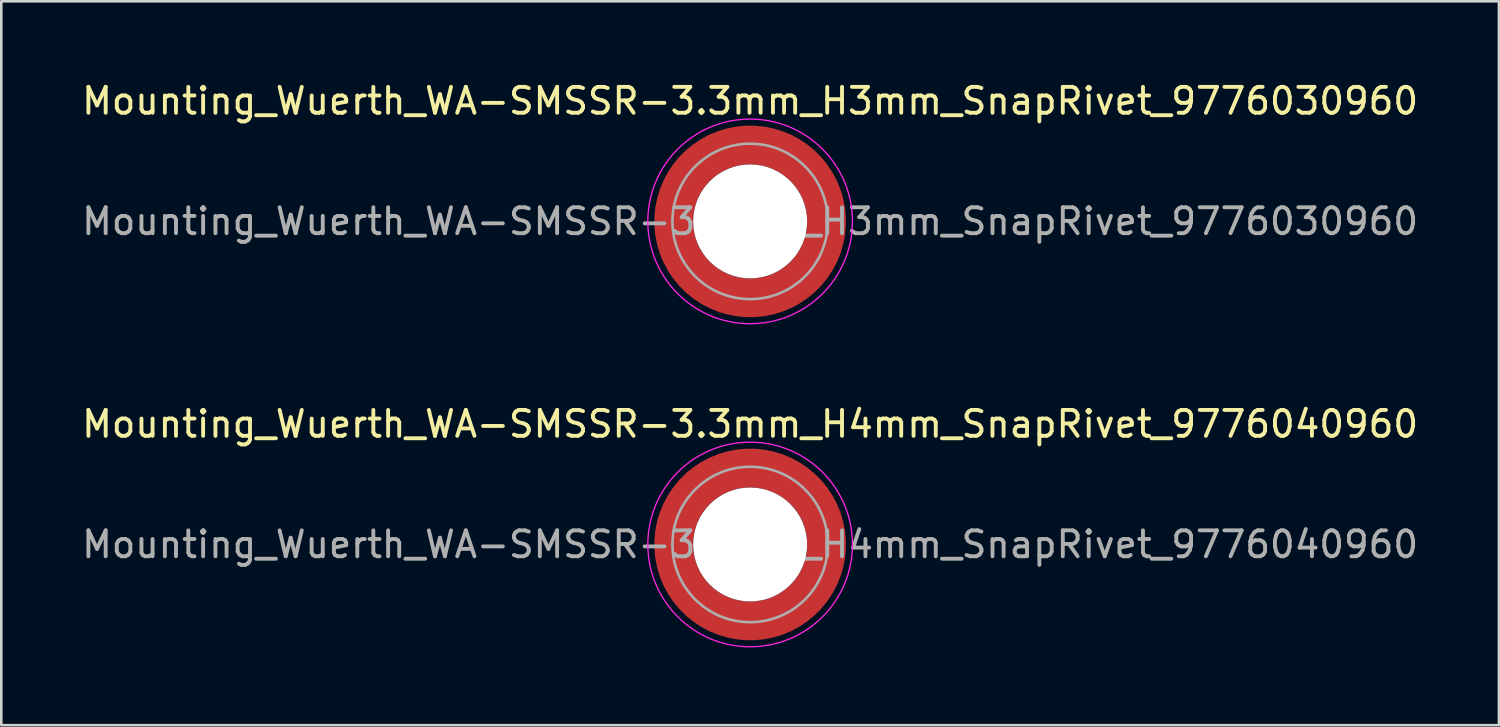
<source format=kicad_pcb>
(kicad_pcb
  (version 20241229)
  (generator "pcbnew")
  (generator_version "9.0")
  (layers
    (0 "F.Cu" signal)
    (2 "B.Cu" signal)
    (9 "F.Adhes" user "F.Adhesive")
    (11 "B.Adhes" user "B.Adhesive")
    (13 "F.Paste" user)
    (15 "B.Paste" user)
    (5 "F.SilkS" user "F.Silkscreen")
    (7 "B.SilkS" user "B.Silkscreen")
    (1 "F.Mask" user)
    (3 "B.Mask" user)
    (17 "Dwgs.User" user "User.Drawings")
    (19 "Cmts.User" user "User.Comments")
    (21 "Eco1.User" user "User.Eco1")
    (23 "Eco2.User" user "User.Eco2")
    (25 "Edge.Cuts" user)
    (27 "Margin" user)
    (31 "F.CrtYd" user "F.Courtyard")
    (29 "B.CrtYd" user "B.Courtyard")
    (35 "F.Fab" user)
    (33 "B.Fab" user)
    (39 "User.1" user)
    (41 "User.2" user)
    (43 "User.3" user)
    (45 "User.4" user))
  (footprint "Mounting_Wuerth_WA-SMSSR-3.3mm_H3mm_SnapRivet_9776030960"
    (layer "F.Cu")
    (at 25.911 5.498)
    (property "Reference" "Mounting_Wuerth_WA-SMSSR-3.3mm_H3mm_SnapRivet_9776030960" (at 0 -4.65 0) (layer "F.SilkS") (effects (font (size 1 1) (thickness 0.15))))
    (attr smd)
    (fp_circle (center 0 0) (end 3.95 0) (stroke (width 0.05) (type solid)) (fill no) (layer "F.CrtYd"))
    (fp_circle (center 0 0) (end 3 0) (stroke (width 0.1) (type solid)) (fill no) (layer "F.Fab"))
    (fp_text user "${REFERENCE}" (at 0 0 0) (layer "F.Fab") (effects (font (size 1 1) (thickness 0.15))))
    (pad "" smd custom (at -2.077 -2.077) (size 0.995 0.995) (layers "F.Paste") (options (anchor circle)) (primitives (gr_arc (start -0.208831 1.577126) (mid 0.422144 0.422848) (end 1.576154 -0.208618) (width 0.2)) (gr_arc (start -0.310669 1.577126) (mid 0.35138 0.35278) (end 1.575188 -0.310262) (width 0.2)) (gr_arc (start -0.412325 1.577126) (mid 0.280305 0.283024) (end 1.573357 -0.411565) (width 0.2)) (gr_arc (start -0.51382 1.577126) (mid 0.210358 0.212139) (end 1.574653 -0.513342) (width 0.2)) (gr_arc (start -0.615172 1.577126) (mid 0.139846 0.141818) (end 1.574384 -0.614661) (width 0.2)) (gr_arc (start -0.716397 1.577126) (mid 0.070334 0.070498) (end 1.576898 -0.716356) (width 0.2)) (gr_arc (start -0.817508 1.577126) (mid -0.001805 0.001807) (end 1.572094 -0.816633) (width 0.2)) (gr_arc (start -0.918517 1.577126) (mid -0.071322 -0.06951) (end 1.574599 -0.918094) (width 0.2)) (gr_arc (start -1.019433 1.577126) (mid -0.141902 -0.139762) (end 1.574138 -1.018949) (width 0.2)) (gr_arc (start -1.120266 1.577126) (mid -0.211736 -0.210761) (end 1.575763 -1.120053) (width 0.2)) (gr_arc (start -1.221022 1.577126) (mid -0.282882 -0.280446) (end 1.57372 -1.220505) (width 0.2)) (gr_arc (start -1.32171 1.577126) (mid -0.353407 -0.350753) (end 1.573414 -1.321162) (width 0.2)) (gr_arc (start -1.422335 1.577126) (mid -0.423311 -0.421682) (end 1.574846 -1.422009) (width 0.2)) (gr_line (start 1.577 -0.209) (end 1.577 -1.422) (width 0.2)) (gr_line (start -0.209 1.577) (end -1.422 1.577) (width 0.2))))
    (pad "" smd custom (at -2.077 2.077) (size 0.995 0.995) (layers "F.Paste") (options (anchor circle)) (primitives (gr_arc (start 1.577126 0.208831) (mid 0.422848 -0.422144) (end -0.208618 -1.576154) (width 0.2)) (gr_arc (start 1.577126 0.310669) (mid 0.35278 -0.35138) (end -0.310262 -1.575188) (width 0.2)) (gr_arc (start 1.577126 0.412325) (mid 0.283024 -0.280305) (end -0.411565 -1.573357) (width 0.2)) (gr_arc (start 1.577126 0.51382) (mid 0.212139 -0.210358) (end -0.513342 -1.574653) (width 0.2)) (gr_arc (start 1.577126 0.615172) (mid 0.141818 -0.139846) (end -0.614661 -1.574384) (width 0.2)) (gr_arc (start 1.577126 0.716397) (mid 0.070498 -0.070334) (end -0.716356 -1.576898) (width 0.2)) (gr_arc (start 1.577126 0.817508) (mid 0.001807 0.001805) (end -0.816633 -1.572094) (width 0.2)) (gr_arc (start 1.577126 0.918517) (mid -0.06951 0.071322) (end -0.918094 -1.574599) (width 0.2)) (gr_arc (start 1.577126 1.019433) (mid -0.139762 0.141902) (end -1.018949 -1.574138) (width 0.2)) (gr_arc (start 1.577126 1.120266) (mid -0.210761 0.211736) (end -1.120053 -1.575763) (width 0.2)) (gr_arc (start 1.577126 1.221022) (mid -0.280446 0.282882) (end -1.220505 -1.57372) (width 0.2)) (gr_arc (start 1.577126 1.32171) (mid -0.350753 0.353407) (end -1.321162 -1.573414) (width 0.2)) (gr_arc (start 1.577126 1.422335) (mid -0.421682 0.423311) (end -1.422009 -1.574846) (width 0.2)) (gr_line (start -0.209 -1.577) (end -1.422 -1.577) (width 0.2)) (gr_line (start 1.577 0.209) (end 1.577 1.422) (width 0.2))))
    (pad "" np_thru_hole circle (at 0 0) (size 4.4 4.4) (drill 4.4) (layers "*.Cu" "*.Mask"))
    (pad "" smd custom (at 2.077 -2.077) (size 0.995 0.995) (layers "F.Paste") (options (anchor circle)) (primitives (gr_arc (start -1.577126 -0.208831) (mid -0.422848 0.422144) (end 0.208618 1.576154) (width 0.2)) (gr_arc (start -1.577126 -0.310669) (mid -0.35278 0.35138) (end 0.310262 1.575188) (width 0.2)) (gr_arc (start -1.577126 -0.412325) (mid -0.283024 0.280305) (end 0.411565 1.573357) (width 0.2)) (gr_arc (start -1.577126 -0.51382) (mid -0.212139 0.210358) (end 0.513342 1.574653) (width 0.2)) (gr_arc (start -1.577126 -0.615172) (mid -0.141818 0.139846) (end 0.614661 1.574384) (width 0.2)) (gr_arc (start -1.577126 -0.716397) (mid -0.070498 0.070334) (end 0.716356 1.576898) (width 0.2)) (gr_arc (start -1.577126 -0.817508) (mid -0.001807 -0.001805) (end 0.816633 1.572094) (width 0.2)) (gr_arc (start -1.577126 -0.918517) (mid 0.06951 -0.071322) (end 0.918094 1.574599) (width 0.2)) (gr_arc (start -1.577126 -1.019433) (mid 0.139762 -0.141902) (end 1.018949 1.574138) (width 0.2)) (gr_arc (start -1.577126 -1.120266) (mid 0.210761 -0.211736) (end 1.120053 1.575763) (width 0.2)) (gr_arc (start -1.577126 -1.221022) (mid 0.280446 -0.282882) (end 1.220505 1.57372) (width 0.2)) (gr_arc (start -1.577126 -1.32171) (mid 0.350753 -0.353407) (end 1.321162 1.573414) (width 0.2)) (gr_arc (start -1.577126 -1.422335) (mid 0.421682 -0.423311) (end 1.422009 1.574846) (width 0.2)) (gr_line (start 0.209 1.577) (end 1.422 1.577) (width 0.2)) (gr_line (start -1.577 -0.209) (end -1.577 -1.422) (width 0.2))))
    (pad "" smd custom (at 2.077 2.077) (size 0.995 0.995) (layers "F.Paste") (options (anchor circle)) (primitives (gr_arc (start 0.208831 -1.577126) (mid -0.422144 -0.422848) (end -1.576154 0.208618) (width 0.2)) (gr_arc (start 0.310669 -1.577126) (mid -0.35138 -0.35278) (end -1.575188 0.310262) (width 0.2)) (gr_arc (start 0.412325 -1.577126) (mid -0.280305 -0.283024) (end -1.573357 0.411565) (width 0.2)) (gr_arc (start 0.51382 -1.577126) (mid -0.210358 -0.212139) (end -1.574653 0.513342) (width 0.2)) (gr_arc (start 0.615172 -1.577126) (mid -0.139846 -0.141818) (end -1.574384 0.614661) (width 0.2)) (gr_arc (start 0.716397 -1.577126) (mid -0.070334 -0.070498) (end -1.576898 0.716356) (width 0.2)) (gr_arc (start 0.817508 -1.577126) (mid 0.001805 -0.001807) (end -1.572094 0.816633) (width 0.2)) (gr_arc (start 0.918517 -1.577126) (mid 0.071322 0.06951) (end -1.574599 0.918094) (width 0.2)) (gr_arc (start 1.019433 -1.577126) (mid 0.141902 0.139762) (end -1.574138 1.018949) (width 0.2)) (gr_arc (start 1.120266 -1.577126) (mid 0.211736 0.210761) (end -1.575763 1.120053) (width 0.2)) (gr_arc (start 1.221022 -1.577126) (mid 0.282882 0.280446) (end -1.57372 1.220505) (width 0.2)) (gr_arc (start 1.32171 -1.577126) (mid 0.353407 0.350753) (end -1.573414 1.321162) (width 0.2)) (gr_arc (start 1.422335 -1.577126) (mid 0.423311 0.421682) (end -1.574846 1.422009) (width 0.2)) (gr_line (start -1.577 0.209) (end -1.577 1.422) (width 0.2)) (gr_line (start 0.209 -1.577) (end 1.422 -1.577) (width 0.2))))
    (pad "1" smd circle (at -2.95 0) (size 1.1 1.1) (layers "F.Cu"))
    (pad "1" smd circle (at 0 -2.95) (size 1.1 1.1) (layers "F.Cu"))
    (pad "1" smd circle (at 0 2.95) (size 1.1 1.1) (layers "F.Cu"))
    (pad "1" smd custom (at 2.95 0) (size 1.1 1.1) (layers "F.Cu" "F.Mask") (options (anchor circle)) (primitives (gr_circle (center -2.95 0) (end 0 0) (width 1.5) (fill no)))))
  (footprint "Mounting_Wuerth_WA-SMSSR-3.3mm_H4mm_SnapRivet_9776040960"
    (layer "F.Cu")
    (at 25.911 17.971)
    (property "Reference" "Mounting_Wuerth_WA-SMSSR-3.3mm_H4mm_SnapRivet_9776040960" (at 0 -4.65 0) (layer "F.SilkS") (effects (font (size 1 1) (thickness 0.15))))
    (attr smd)
    (fp_circle (center 0 0) (end 3.95 0) (stroke (width 0.05) (type solid)) (fill no) (layer "F.CrtYd"))
    (fp_circle (center 0 0) (end 3 0) (stroke (width 0.1) (type solid)) (fill no) (layer "F.Fab"))
    (fp_text user "${REFERENCE}" (at 0 0 0) (layer "F.Fab") (effects (font (size 1 1) (thickness 0.15))))
    (pad "" smd custom (at -2.077 -2.077) (size 0.995 0.995) (layers "F.Paste") (options (anchor circle)) (primitives (gr_arc (start -0.208831 1.577126) (mid 0.422144 0.422848) (end 1.576154 -0.208618) (width 0.2)) (gr_arc (start -0.310669 1.577126) (mid 0.35138 0.35278) (end 1.575188 -0.310262) (width 0.2)) (gr_arc (start -0.412325 1.577126) (mid 0.280305 0.283024) (end 1.573357 -0.411565) (width 0.2)) (gr_arc (start -0.51382 1.577126) (mid 0.210358 0.212139) (end 1.574653 -0.513342) (width 0.2)) (gr_arc (start -0.615172 1.577126) (mid 0.139846 0.141818) (end 1.574384 -0.614661) (width 0.2)) (gr_arc (start -0.716397 1.577126) (mid 0.070334 0.070498) (end 1.576898 -0.716356) (width 0.2)) (gr_arc (start -0.817508 1.577126) (mid -0.001805 0.001807) (end 1.572094 -0.816633) (width 0.2)) (gr_arc (start -0.918517 1.577126) (mid -0.071322 -0.06951) (end 1.574599 -0.918094) (width 0.2)) (gr_arc (start -1.019433 1.577126) (mid -0.141902 -0.139762) (end 1.574138 -1.018949) (width 0.2)) (gr_arc (start -1.120266 1.577126) (mid -0.211736 -0.210761) (end 1.575763 -1.120053) (width 0.2)) (gr_arc (start -1.221022 1.577126) (mid -0.282882 -0.280446) (end 1.57372 -1.220505) (width 0.2)) (gr_arc (start -1.32171 1.577126) (mid -0.353407 -0.350753) (end 1.573414 -1.321162) (width 0.2)) (gr_arc (start -1.422335 1.577126) (mid -0.423311 -0.421682) (end 1.574846 -1.422009) (width 0.2)) (gr_line (start 1.577 -0.209) (end 1.577 -1.422) (width 0.2)) (gr_line (start -0.209 1.577) (end -1.422 1.577) (width 0.2))))
    (pad "" smd custom (at -2.077 2.077) (size 0.995 0.995) (layers "F.Paste") (options (anchor circle)) (primitives (gr_arc (start 1.577126 0.208831) (mid 0.422848 -0.422144) (end -0.208618 -1.576154) (width 0.2)) (gr_arc (start 1.577126 0.310669) (mid 0.35278 -0.35138) (end -0.310262 -1.575188) (width 0.2)) (gr_arc (start 1.577126 0.412325) (mid 0.283024 -0.280305) (end -0.411565 -1.573357) (width 0.2)) (gr_arc (start 1.577126 0.51382) (mid 0.212139 -0.210358) (end -0.513342 -1.574653) (width 0.2)) (gr_arc (start 1.577126 0.615172) (mid 0.141818 -0.139846) (end -0.614661 -1.574384) (width 0.2)) (gr_arc (start 1.577126 0.716397) (mid 0.070498 -0.070334) (end -0.716356 -1.576898) (width 0.2)) (gr_arc (start 1.577126 0.817508) (mid 0.001807 0.001805) (end -0.816633 -1.572094) (width 0.2)) (gr_arc (start 1.577126 0.918517) (mid -0.06951 0.071322) (end -0.918094 -1.574599) (width 0.2)) (gr_arc (start 1.577126 1.019433) (mid -0.139762 0.141902) (end -1.018949 -1.574138) (width 0.2)) (gr_arc (start 1.577126 1.120266) (mid -0.210761 0.211736) (end -1.120053 -1.575763) (width 0.2)) (gr_arc (start 1.577126 1.221022) (mid -0.280446 0.282882) (end -1.220505 -1.57372) (width 0.2)) (gr_arc (start 1.577126 1.32171) (mid -0.350753 0.353407) (end -1.321162 -1.573414) (width 0.2)) (gr_arc (start 1.577126 1.422335) (mid -0.421682 0.423311) (end -1.422009 -1.574846) (width 0.2)) (gr_line (start -0.209 -1.577) (end -1.422 -1.577) (width 0.2)) (gr_line (start 1.577 0.209) (end 1.577 1.422) (width 0.2))))
    (pad "" np_thru_hole circle (at 0 0) (size 4.4 4.4) (drill 4.4) (layers "*.Cu" "*.Mask"))
    (pad "" smd custom (at 2.077 -2.077) (size 0.995 0.995) (layers "F.Paste") (options (anchor circle)) (primitives (gr_arc (start -1.577126 -0.208831) (mid -0.422848 0.422144) (end 0.208618 1.576154) (width 0.2)) (gr_arc (start -1.577126 -0.310669) (mid -0.35278 0.35138) (end 0.310262 1.575188) (width 0.2)) (gr_arc (start -1.577126 -0.412325) (mid -0.283024 0.280305) (end 0.411565 1.573357) (width 0.2)) (gr_arc (start -1.577126 -0.51382) (mid -0.212139 0.210358) (end 0.513342 1.574653) (width 0.2)) (gr_arc (start -1.577126 -0.615172) (mid -0.141818 0.139846) (end 0.614661 1.574384) (width 0.2)) (gr_arc (start -1.577126 -0.716397) (mid -0.070498 0.070334) (end 0.716356 1.576898) (width 0.2)) (gr_arc (start -1.577126 -0.817508) (mid -0.001807 -0.001805) (end 0.816633 1.572094) (width 0.2)) (gr_arc (start -1.577126 -0.918517) (mid 0.06951 -0.071322) (end 0.918094 1.574599) (width 0.2)) (gr_arc (start -1.577126 -1.019433) (mid 0.139762 -0.141902) (end 1.018949 1.574138) (width 0.2)) (gr_arc (start -1.577126 -1.120266) (mid 0.210761 -0.211736) (end 1.120053 1.575763) (width 0.2)) (gr_arc (start -1.577126 -1.221022) (mid 0.280446 -0.282882) (end 1.220505 1.57372) (width 0.2)) (gr_arc (start -1.577126 -1.32171) (mid 0.350753 -0.353407) (end 1.321162 1.573414) (width 0.2)) (gr_arc (start -1.577126 -1.422335) (mid 0.421682 -0.423311) (end 1.422009 1.574846) (width 0.2)) (gr_line (start 0.209 1.577) (end 1.422 1.577) (width 0.2)) (gr_line (start -1.577 -0.209) (end -1.577 -1.422) (width 0.2))))
    (pad "" smd custom (at 2.077 2.077) (size 0.995 0.995) (layers "F.Paste") (options (anchor circle)) (primitives (gr_arc (start 0.208831 -1.577126) (mid -0.422144 -0.422848) (end -1.576154 0.208618) (width 0.2)) (gr_arc (start 0.310669 -1.577126) (mid -0.35138 -0.35278) (end -1.575188 0.310262) (width 0.2)) (gr_arc (start 0.412325 -1.577126) (mid -0.280305 -0.283024) (end -1.573357 0.411565) (width 0.2)) (gr_arc (start 0.51382 -1.577126) (mid -0.210358 -0.212139) (end -1.574653 0.513342) (width 0.2)) (gr_arc (start 0.615172 -1.577126) (mid -0.139846 -0.141818) (end -1.574384 0.614661) (width 0.2)) (gr_arc (start 0.716397 -1.577126) (mid -0.070334 -0.070498) (end -1.576898 0.716356) (width 0.2)) (gr_arc (start 0.817508 -1.577126) (mid 0.001805 -0.001807) (end -1.572094 0.816633) (width 0.2)) (gr_arc (start 0.918517 -1.577126) (mid 0.071322 0.06951) (end -1.574599 0.918094) (width 0.2)) (gr_arc (start 1.019433 -1.577126) (mid 0.141902 0.139762) (end -1.574138 1.018949) (width 0.2)) (gr_arc (start 1.120266 -1.577126) (mid 0.211736 0.210761) (end -1.575763 1.120053) (width 0.2)) (gr_arc (start 1.221022 -1.577126) (mid 0.282882 0.280446) (end -1.57372 1.220505) (width 0.2)) (gr_arc (start 1.32171 -1.577126) (mid 0.353407 0.350753) (end -1.573414 1.321162) (width 0.2)) (gr_arc (start 1.422335 -1.577126) (mid 0.423311 0.421682) (end -1.574846 1.422009) (width 0.2)) (gr_line (start -1.577 0.209) (end -1.577 1.422) (width 0.2)) (gr_line (start 0.209 -1.577) (end 1.422 -1.577) (width 0.2))))
    (pad "1" smd circle (at -2.95 0) (size 1.1 1.1) (layers "F.Cu"))
    (pad "1" smd circle (at 0 -2.95) (size 1.1 1.1) (layers "F.Cu"))
    (pad "1" smd circle (at 0 2.95) (size 1.1 1.1) (layers "F.Cu"))
    (pad "1" smd custom (at 2.95 0) (size 1.1 1.1) (layers "F.Cu" "F.Mask") (options (anchor circle)) (primitives (gr_circle (center -2.95 0) (end 0 0) (width 1.5) (fill no)))))
  (gr_rect
    (start -3 -3)
    (end 54.821 24.947)
    (stroke (width 0.1) (type default))
    (fill no)
    (layer "Edge.Cuts")))
</source>
